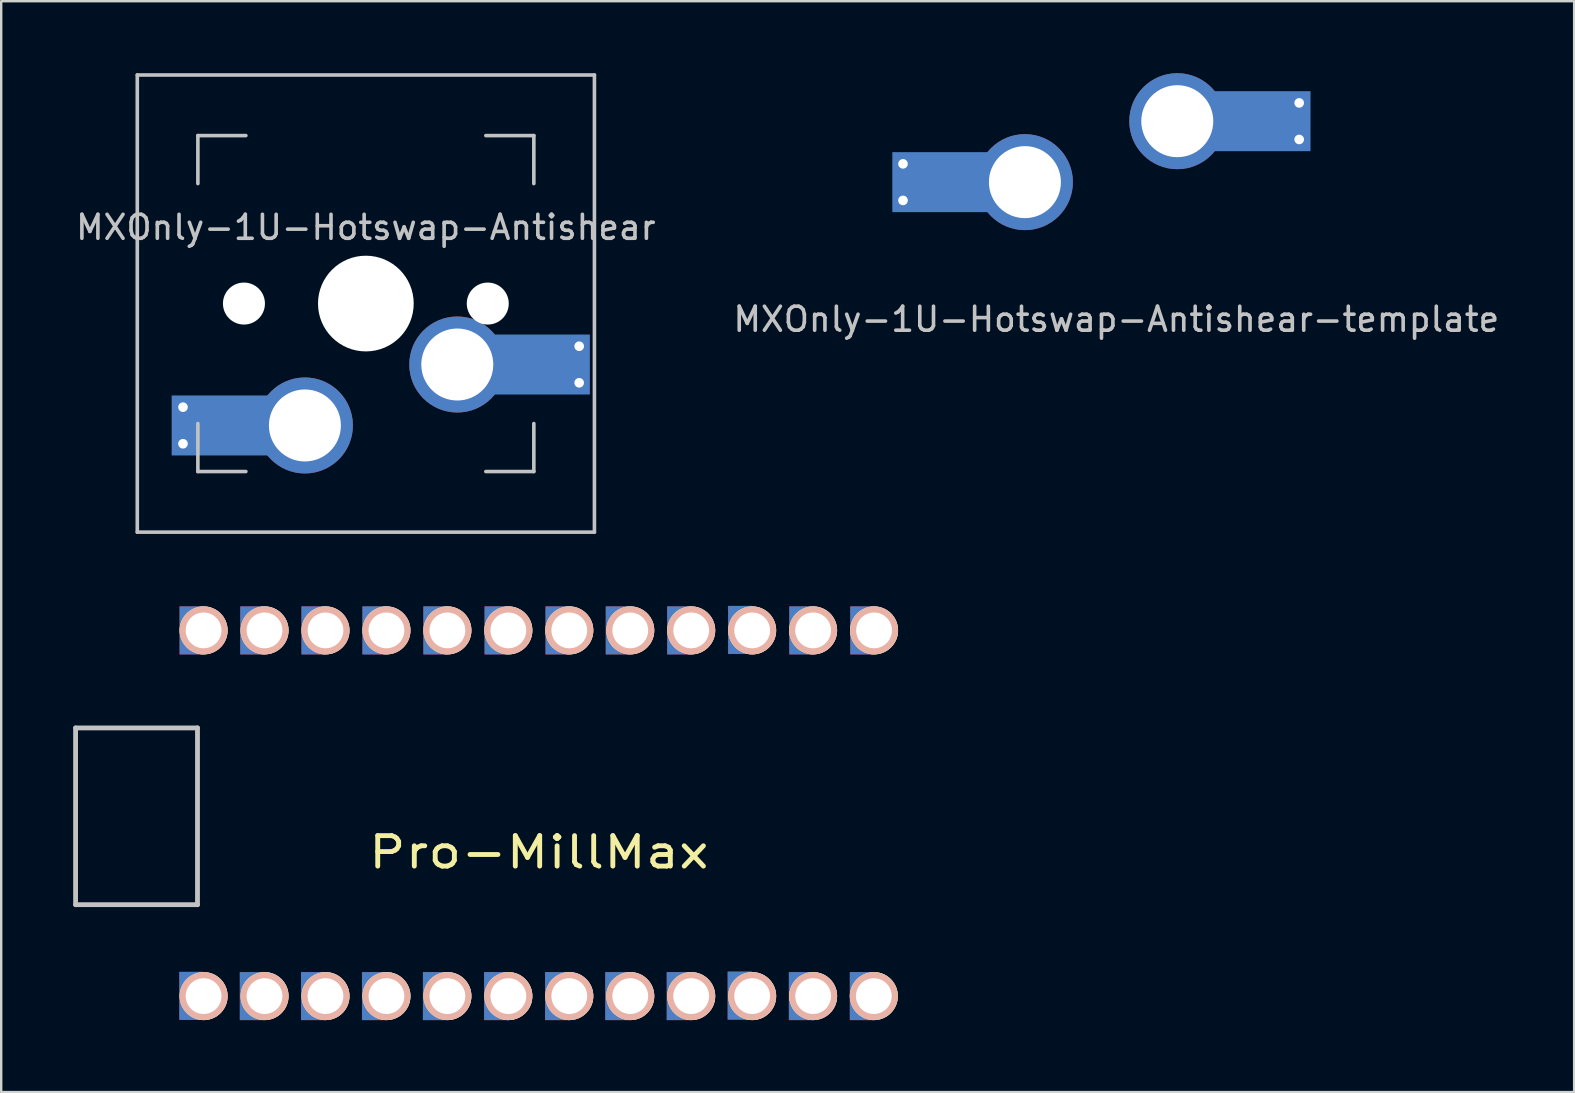
<source format=kicad_pcb>
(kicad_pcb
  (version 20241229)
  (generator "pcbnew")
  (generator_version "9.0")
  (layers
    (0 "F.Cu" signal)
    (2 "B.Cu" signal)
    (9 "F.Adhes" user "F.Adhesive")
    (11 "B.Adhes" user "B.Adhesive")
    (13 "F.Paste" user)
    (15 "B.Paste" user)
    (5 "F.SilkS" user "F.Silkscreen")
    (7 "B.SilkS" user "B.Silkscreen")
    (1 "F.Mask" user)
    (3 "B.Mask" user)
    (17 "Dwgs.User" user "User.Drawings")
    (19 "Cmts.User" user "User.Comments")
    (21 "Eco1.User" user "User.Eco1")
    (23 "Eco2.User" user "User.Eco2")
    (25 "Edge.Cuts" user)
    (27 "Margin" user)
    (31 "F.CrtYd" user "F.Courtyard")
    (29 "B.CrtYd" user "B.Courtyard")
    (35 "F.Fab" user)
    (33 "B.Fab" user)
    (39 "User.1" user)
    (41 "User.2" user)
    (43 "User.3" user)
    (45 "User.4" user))
  (footprint "MXOnly-1U-Hotswap-Antishear"
    (layer "F.Cu")
    (at 12.196 9.6)
    (property "Reference" "MXOnly-1U-Hotswap-Antishear" (at 0 -3.175 180) (layer "Dwgs.User") (effects (font (size 1 1) (thickness 0.15))))
    (attr through_hole)
    (fp_line (start -9.525 -9.525) (end 9.525 -9.525) (stroke (width 0.15) (type solid)) (layer "Dwgs.User"))
    (fp_line (start -9.525 9.525) (end -9.525 -9.525) (stroke (width 0.15) (type solid)) (layer "Dwgs.User"))
    (fp_line (start -7 -7) (end -7 -5) (stroke (width 0.15) (type solid)) (layer "Dwgs.User"))
    (fp_line (start -7 7) (end -7 5) (stroke (width 0.15) (type solid)) (layer "Dwgs.User"))
    (fp_line (start -5 -7) (end -7 -7) (stroke (width 0.15) (type solid)) (layer "Dwgs.User"))
    (fp_line (start -5 7) (end -7 7) (stroke (width 0.15) (type solid)) (layer "Dwgs.User"))
    (fp_line (start 5 7) (end 7 7) (stroke (width 0.15) (type solid)) (layer "Dwgs.User"))
    (fp_line (start 7 -7) (end 5 -7) (stroke (width 0.15) (type solid)) (layer "Dwgs.User"))
    (fp_line (start 7 -5) (end 7 -7) (stroke (width 0.15) (type solid)) (layer "Dwgs.User"))
    (fp_line (start 7 7) (end 7 5) (stroke (width 0.15) (type solid)) (layer "Dwgs.User"))
    (fp_line (start 9.525 -9.525) (end 9.525 9.525) (stroke (width 0.15) (type solid)) (layer "Dwgs.User"))
    (fp_line (start 9.525 9.525) (end -9.525 9.525) (stroke (width 0.15) (type solid)) (layer "Dwgs.User"))
    (pad "" smd rect (at -5.815 5.08 180) (size 2.55 2.5) (layers "B.Mask" "B.Paste"))
    (pad "" np_thru_hole circle (at -5.08 0 228.1) (size 1.75 1.75) (drill 1.75) (layers "*.Cu" "*.Mask"))
    (pad "" np_thru_hole circle (at 0 0 180) (size 3.988 3.988) (drill 3.988) (layers "*.Cu" "*.Mask"))
    (pad "" np_thru_hole circle (at 5.08 0 228.1) (size 1.75 1.75) (drill 1.75) (layers "*.Cu" "*.Mask"))
    (pad "" smd rect (at 7.085 2.54 180) (size 2.55 2.5) (layers "B.Mask" "B.Paste"))
    (pad "1" thru_hole circle (at 3.81 2.54 180) (size 4 4) (drill 3) (layers "*.Cu"))
    (pad "1" smd rect (at 7.085 2.54 180) (size 4.5 2.5) (layers "B.Cu"))
    (pad "1" thru_hole circle (at 8.89 1.778 180) (size 0.8 0.8) (drill 0.4) (layers "*.Cu"))
    (pad "1" thru_hole circle (at 8.89 3.302 180) (size 0.8 0.8) (drill 0.4) (layers "*.Cu"))
    (pad "2" thru_hole circle (at -7.62 4.318 180) (size 0.8 0.8) (drill 0.4) (layers "*.Cu"))
    (pad "2" thru_hole circle (at -7.62 5.842 180) (size 0.8 0.8) (drill 0.4) (layers "*.Cu"))
    (pad "2" smd rect (at -5.842 5.08 180) (size 4.5 2.5) (layers "B.Cu"))
    (pad "2" thru_hole circle (at -2.54 5.08 180) (size 4 4) (drill 3) (layers "*.Cu")))
  (footprint "MXOnly-1U-Hotswap-Antishear-template"
    (layer "F.Cu")
    (at 43.47 7.08)
    (property "Reference" "MXOnly-1U-Hotswap-Antishear-template" (at 0 3.175 0) (layer "Dwgs.User") (effects (font (size 1 1) (thickness 0.15))))
    (pad "" smd rect (at -7.085 -2.54) (size 2.55 2.5) (layers "B.Mask" "B.Paste"))
    (pad "" smd rect (at 5.815 -5.08) (size 2.55 2.5) (layers "B.Mask" "B.Paste"))
    (pad "1" thru_hole circle (at -8.89 -3.302) (size 0.8 0.8) (drill 0.4) (layers "*.Cu"))
    (pad "1" thru_hole circle (at -8.89 -1.778) (size 0.8 0.8) (drill 0.4) (layers "*.Cu"))
    (pad "1" smd rect (at -7.085 -2.54) (size 4.5 2.5) (layers "B.Cu"))
    (pad "1" thru_hole circle (at -3.81 -2.54) (size 4 4) (drill 3) (layers "*.Cu"))
    (pad "2" thru_hole circle (at 2.54 -5.08) (size 4 4) (drill 3) (layers "*.Cu"))
    (pad "2" smd rect (at 5.842 -5.08) (size 4.5 2.5) (layers "B.Cu"))
    (pad "2" thru_hole circle (at 7.62 -5.842) (size 0.8 0.8) (drill 0.4) (layers "*.Cu"))
    (pad "2" thru_hole circle (at 7.62 -4.318) (size 0.8 0.8) (drill 0.4) (layers "*.Cu")))
  (footprint "Pro-MillMax"
    (layer "F.Cu")
    (at 19.404 30.84)
    (property "Reference" "Pro-MillMax" (at 0 1.625 0) (layer "F.SilkS") (effects (font (size 1.27 1.524) (thickness 0.203))))
    (attr through_hole)
    (fp_line (start -19.304 -3.556) (end -14.224 -3.556) (stroke (width 0.2) (type solid)) (layer "Dwgs.User"))
    (fp_line (start -19.304 3.81) (end -19.304 -3.556) (stroke (width 0.2) (type solid)) (layer "Dwgs.User"))
    (fp_line (start -14.224 -3.556) (end -14.224 3.81) (stroke (width 0.2) (type solid)) (layer "Dwgs.User"))
    (fp_line (start -14.224 3.81) (end -19.304 3.81) (stroke (width 0.2) (type solid)) (layer "Dwgs.User"))
    (pad "1" smd rect (at -14.48 7.61) (size 1 2) (layers "F.Cu" "F.Mask" "F.Paste"))
    (pad "1" smd rect (at -14.48 7.61) (size 1 2) (layers "F.Mask" "B.Cu" "F.Paste"))
    (pad "1" thru_hole circle (at -13.97 7.62) (size 2 2) (drill 1.49) (layers "*.Cu" "*.SilkS" "*.Mask"))
    (pad "2" smd rect (at -11.96 7.62) (size 1 2) (layers "F.Cu" "F.Mask" "F.Paste"))
    (pad "2" smd rect (at -11.96 7.62) (size 1 2) (layers "F.Mask" "B.Cu" "F.Paste"))
    (pad "2" thru_hole circle (at -11.43 7.62) (size 2 2) (drill 1.49) (layers "*.Cu" "*.SilkS" "*.Mask"))
    (pad "3" smd rect (at -9.41 7.62) (size 1 2) (layers "F.Cu" "F.Mask" "F.Paste"))
    (pad "3" smd rect (at -9.41 7.62) (size 1 2) (layers "F.Mask" "B.Cu" "F.Paste"))
    (pad "3" thru_hole circle (at -8.89 7.62) (size 2 2) (drill 1.49) (layers "*.Cu" "*.SilkS" "*.Mask"))
    (pad "4" smd rect (at -6.87 7.62) (size 1 2) (layers "F.Cu" "F.Mask" "F.Paste"))
    (pad "4" smd rect (at -6.87 7.62) (size 1 2) (layers "F.Mask" "B.Cu" "F.Paste"))
    (pad "4" thru_hole circle (at -6.35 7.62) (size 2 2) (drill 1.49) (layers "*.Cu" "*.SilkS" "*.Mask"))
    (pad "5" smd rect (at -4.33 7.62) (size 1 2) (layers "F.Cu" "F.Mask" "F.Paste"))
    (pad "5" smd rect (at -4.33 7.62) (size 1 2) (layers "F.Mask" "B.Cu" "F.Paste"))
    (pad "5" thru_hole circle (at -3.81 7.62) (size 2 2) (drill 1.49) (layers "*.Cu" "*.SilkS" "*.Mask"))
    (pad "6" smd rect (at -1.78 7.62) (size 1 2) (layers "F.Cu" "F.Mask" "F.Paste"))
    (pad "6" smd rect (at -1.78 7.62) (size 1 2) (layers "F.Mask" "B.Cu" "F.Paste"))
    (pad "6" thru_hole circle (at -1.27 7.62) (size 2 2) (drill 1.49) (layers "*.Cu" "*.SilkS" "*.Mask"))
    (pad "7" smd rect (at 0.76 7.62) (size 1 2) (layers "F.Cu" "F.Mask" "F.Paste"))
    (pad "7" smd rect (at 0.76 7.62) (size 1 2) (layers "F.Mask" "B.Cu" "F.Paste"))
    (pad "7" thru_hole circle (at 1.27 7.62) (size 2 2) (drill 1.49) (layers "*.Cu" "*.SilkS" "*.Mask"))
    (pad "8" smd rect (at 3.27 7.62) (size 1 2) (layers "F.Cu" "F.Mask" "F.Paste"))
    (pad "8" smd rect (at 3.27 7.62) (size 1 2) (layers "F.Mask" "B.Cu" "F.Paste"))
    (pad "8" thru_hole circle (at 3.81 7.62) (size 2 2) (drill 1.49) (layers "*.Cu" "*.SilkS" "*.Mask"))
    (pad "9" smd rect (at 5.83 7.62) (size 1 2) (layers "F.Cu" "F.Mask" "F.Paste"))
    (pad "9" smd rect (at 5.83 7.62) (size 1 2) (layers "F.Mask" "B.Cu" "F.Paste"))
    (pad "9" thru_hole circle (at 6.35 7.62) (size 2 2) (drill 1.49) (layers "*.Cu" "*.SilkS" "*.Mask"))
    (pad "10" smd rect (at 8.37 7.6) (size 1 2) (layers "F.Cu" "F.Mask" "F.Paste"))
    (pad "10" smd rect (at 8.37 7.6) (size 1 2) (layers "F.Mask" "B.Cu" "F.Paste"))
    (pad "10" thru_hole circle (at 8.89 7.62) (size 2 2) (drill 1.49) (layers "*.Cu" "*.SilkS" "*.Mask"))
    (pad "11" smd rect (at 10.92 7.62) (size 1 2) (layers "F.Cu" "F.Mask" "F.Paste"))
    (pad "11" smd rect (at 10.92 7.62) (size 1 2) (layers "F.Mask" "B.Cu" "F.Paste"))
    (pad "11" thru_hole circle (at 11.43 7.62) (size 2 2) (drill 1.49) (layers "*.Cu" "*.SilkS" "*.Mask"))
    (pad "12" smd rect (at 13.46 7.62) (size 1 2) (layers "F.Cu" "F.Mask" "F.Paste"))
    (pad "12" smd rect (at 13.46 7.62) (size 1 2) (layers "F.Mask" "B.Cu" "F.Paste"))
    (pad "12" thru_hole circle (at 13.96 7.62) (size 2 2) (drill 1.49) (layers "*.Cu" "*.SilkS" "*.Mask"))
    (pad "13" smd rect (at 13.48 -7.62) (size 1 2) (layers "F.Cu" "F.Mask" "F.Paste"))
    (pad "13" smd rect (at 13.48 -7.62) (size 1 2) (layers "F.Mask" "B.Cu" "F.Paste"))
    (pad "13" thru_hole circle (at 13.97 -7.62) (size 2 2) (drill 1.49) (layers "*.Cu" "*.SilkS" "*.Mask"))
    (pad "14" smd rect (at 10.94 -7.62) (size 1 2) (layers "F.Cu" "F.Mask" "F.Paste"))
    (pad "14" smd rect (at 10.94 -7.62) (size 1 2) (layers "F.Mask" "B.Cu" "F.Paste"))
    (pad "14" thru_hole circle (at 11.43 -7.62) (size 2 2) (drill 1.49) (layers "*.Cu" "*.SilkS" "*.Mask"))
    (pad "15" smd rect (at 8.39 -7.64) (size 1 2) (layers "F.Cu" "F.Mask" "F.Paste"))
    (pad "15" smd rect (at 8.39 -7.64) (size 1 2) (layers "F.Mask" "B.Cu" "F.Paste"))
    (pad "15" thru_hole circle (at 8.89 -7.62) (size 2 2) (drill 1.49) (layers "*.Cu" "*.SilkS" "*.Mask"))
    (pad "16" smd rect (at 5.85 -7.62) (size 1 2) (layers "F.Cu" "F.Mask" "F.Paste"))
    (pad "16" smd rect (at 5.85 -7.62) (size 1 2) (layers "F.Mask" "B.Cu" "F.Paste"))
    (pad "16" thru_hole circle (at 6.35 -7.62) (size 2 2) (drill 1.49) (layers "*.Cu" "*.SilkS" "*.Mask"))
    (pad "17" smd rect (at 3.29 -7.62) (size 1 2) (layers "F.Cu" "F.Mask" "F.Paste"))
    (pad "17" smd rect (at 3.29 -7.62) (size 1 2) (layers "F.Mask" "B.Cu" "F.Paste"))
    (pad "17" thru_hole circle (at 3.81 -7.62) (size 2 2) (drill 1.49) (layers "*.Cu" "*.SilkS" "*.Mask"))
    (pad "18" smd rect (at 0.78 -7.62) (size 1 2) (layers "F.Cu" "F.Mask" "F.Paste"))
    (pad "18" smd rect (at 0.78 -7.62) (size 1 2) (layers "F.Mask" "B.Cu" "F.Paste"))
    (pad "18" thru_hole circle (at 1.27 -7.62) (size 2 2) (drill 1.49) (layers "*.Cu" "*.SilkS" "*.Mask"))
    (pad "19" smd rect (at -1.76 -7.62) (size 1 2) (layers "F.Cu" "F.Mask" "F.Paste"))
    (pad "19" smd rect (at -1.76 -7.62) (size 1 2) (layers "F.Mask" "B.Cu" "F.Paste"))
    (pad "19" thru_hole circle (at -1.27 -7.62) (size 2 2) (drill 1.49) (layers "*.Cu" "*.SilkS" "*.Mask"))
    (pad "20" smd rect (at -4.31 -7.62) (size 1 2) (layers "F.Cu" "F.Mask" "F.Paste"))
    (pad "20" smd rect (at -4.31 -7.62) (size 1 2) (layers "F.Mask" "B.Cu" "F.Paste"))
    (pad "20" thru_hole circle (at -3.81 -7.62) (size 2 2) (drill 1.49) (layers "*.Cu" "*.SilkS" "*.Mask"))
    (pad "21" smd rect (at -6.85 -7.62) (size 1 2) (layers "F.Cu" "F.Mask" "F.Paste"))
    (pad "21" smd rect (at -6.85 -7.62) (size 1 2) (layers "F.Mask" "B.Cu" "F.Paste"))
    (pad "21" thru_hole circle (at -6.35 -7.62) (size 2 2) (drill 1.49) (layers "*.Cu" "*.SilkS" "*.Mask"))
    (pad "22" smd rect (at -9.39 -7.62) (size 1 2) (layers "F.Cu" "F.Mask" "F.Paste"))
    (pad "22" smd rect (at -9.39 -7.62) (size 1 2) (layers "F.Mask" "B.Cu" "F.Paste"))
    (pad "22" thru_hole circle (at -8.89 -7.62) (size 2 2) (drill 1.49) (layers "*.Cu" "*.SilkS" "*.Mask"))
    (pad "23" smd rect (at -11.94 -7.62) (size 1 2) (layers "F.Cu" "F.Mask" "F.Paste"))
    (pad "23" smd rect (at -11.94 -7.62) (size 1 2) (layers "F.Mask" "B.Cu" "F.Paste"))
    (pad "23" thru_hole circle (at -11.43 -7.62) (size 2 2) (drill 1.49) (layers "*.Cu" "*.SilkS" "*.Mask"))
    (pad "24" smd rect (at -14.47 -7.62) (size 1 2) (layers "F.Cu" "F.Mask" "F.Paste"))
    (pad "24" smd rect (at -14.47 -7.62) (size 1 2) (layers "F.Mask" "B.Cu" "F.Paste"))
    (pad "24" thru_hole circle (at -13.97 -7.62) (size 2 2) (drill 1.49) (layers "*.Cu" "*.SilkS" "*.Mask")))
  (gr_rect
    (start -3 -3)
    (end 62.548 42.46)
    (stroke (width 0.1) (type default))
    (fill no)
    (layer "Edge.Cuts")))
</source>
